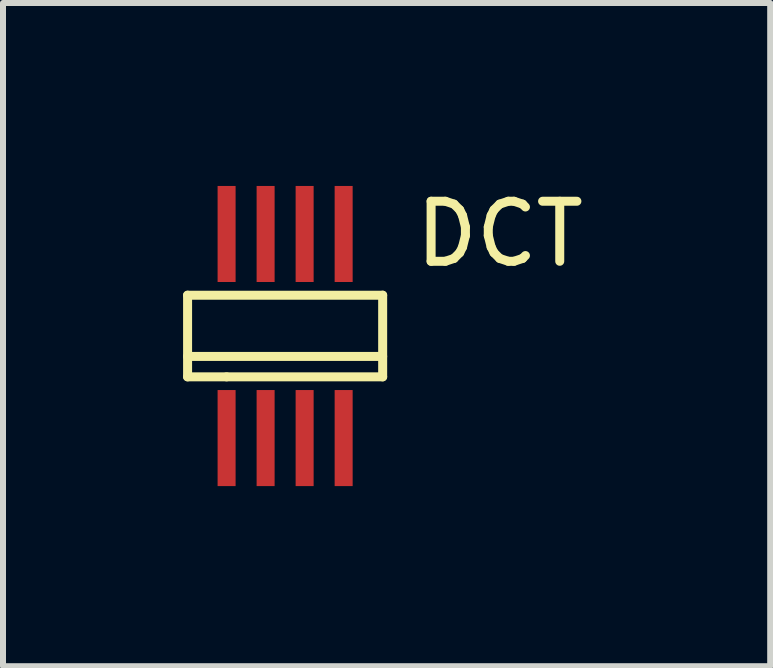
<source format=kicad_pcb>
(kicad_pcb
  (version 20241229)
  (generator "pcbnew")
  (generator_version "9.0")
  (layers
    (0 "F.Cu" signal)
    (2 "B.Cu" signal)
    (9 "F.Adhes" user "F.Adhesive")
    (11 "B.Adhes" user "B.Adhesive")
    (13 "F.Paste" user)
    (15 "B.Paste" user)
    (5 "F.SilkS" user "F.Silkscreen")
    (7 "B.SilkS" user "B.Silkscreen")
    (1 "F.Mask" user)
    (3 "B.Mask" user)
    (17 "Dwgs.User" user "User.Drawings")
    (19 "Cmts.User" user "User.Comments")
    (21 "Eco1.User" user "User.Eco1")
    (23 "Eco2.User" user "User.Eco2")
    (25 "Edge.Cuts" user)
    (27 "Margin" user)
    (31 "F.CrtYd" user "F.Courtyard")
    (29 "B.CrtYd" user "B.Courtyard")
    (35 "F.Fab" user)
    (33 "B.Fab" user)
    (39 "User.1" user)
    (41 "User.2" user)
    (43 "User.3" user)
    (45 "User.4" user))
  (footprint "DCT"
    (layer "F.Cu")
    (at 2.025 2.548)
    (property "Reference" "DCT" (at 3.25 -1.7 0) (layer "F.SilkS") (effects (font (size 1 1) (thickness 0.15))))
    (attr through_hole)
    (fp_line (start -1.95 -0.68) (end -1.95 0.68) (stroke (width 0.15) (type solid)) (layer "F.SilkS"))
    (fp_line (start -1.95 0.34) (end 1.3 0.34) (stroke (width 0.15) (type solid)) (layer "F.SilkS"))
    (fp_line (start -1.95 0.68) (end -1.3 0.68) (stroke (width 0.15) (type solid)) (layer "F.SilkS"))
    (fp_line (start -1.3 0.68) (end 1.3 0.68) (stroke (width 0.15) (type solid)) (layer "F.SilkS"))
    (fp_line (start 1.3 -0.68) (end -1.95 -0.68) (stroke (width 0.15) (type solid)) (layer "F.SilkS"))
    (fp_line (start 1.3 0.68) (end 1.3 -0.68) (stroke (width 0.15) (type solid)) (layer "F.SilkS"))
    (pad "1" smd rect (at -1.3 1.7) (size 0.3 1.6) (layers "F.Cu" "F.Mask" "F.Paste"))
    (pad "2" smd rect (at -0.65 1.7) (size 0.3 1.6) (layers "F.Cu" "F.Mask" "F.Paste"))
    (pad "3" smd rect (at 0 1.7) (size 0.3 1.6) (layers "F.Cu" "F.Mask" "F.Paste"))
    (pad "4" smd rect (at 0.65 1.7) (size 0.3 1.6) (layers "F.Cu" "F.Mask" "F.Paste"))
    (pad "5" smd rect (at 0.65 -1.7) (size 0.3 1.6) (layers "F.Cu" "F.Mask" "F.Paste"))
    (pad "6" smd rect (at 0 -1.7) (size 0.3 1.6) (layers "F.Cu" "F.Mask" "F.Paste"))
    (pad "7" smd rect (at -0.65 -1.7) (size 0.3 1.6) (layers "F.Cu" "F.Mask" "F.Paste"))
    (pad "8" smd rect (at -1.3 -1.7) (size 0.3 1.6) (layers "F.Cu" "F.Mask" "F.Paste")))
  (gr_rect
    (start -3 -3)
    (end 9.781 8.048)
    (stroke (width 0.1) (type default))
    (fill no)
    (layer "Edge.Cuts")))
</source>
